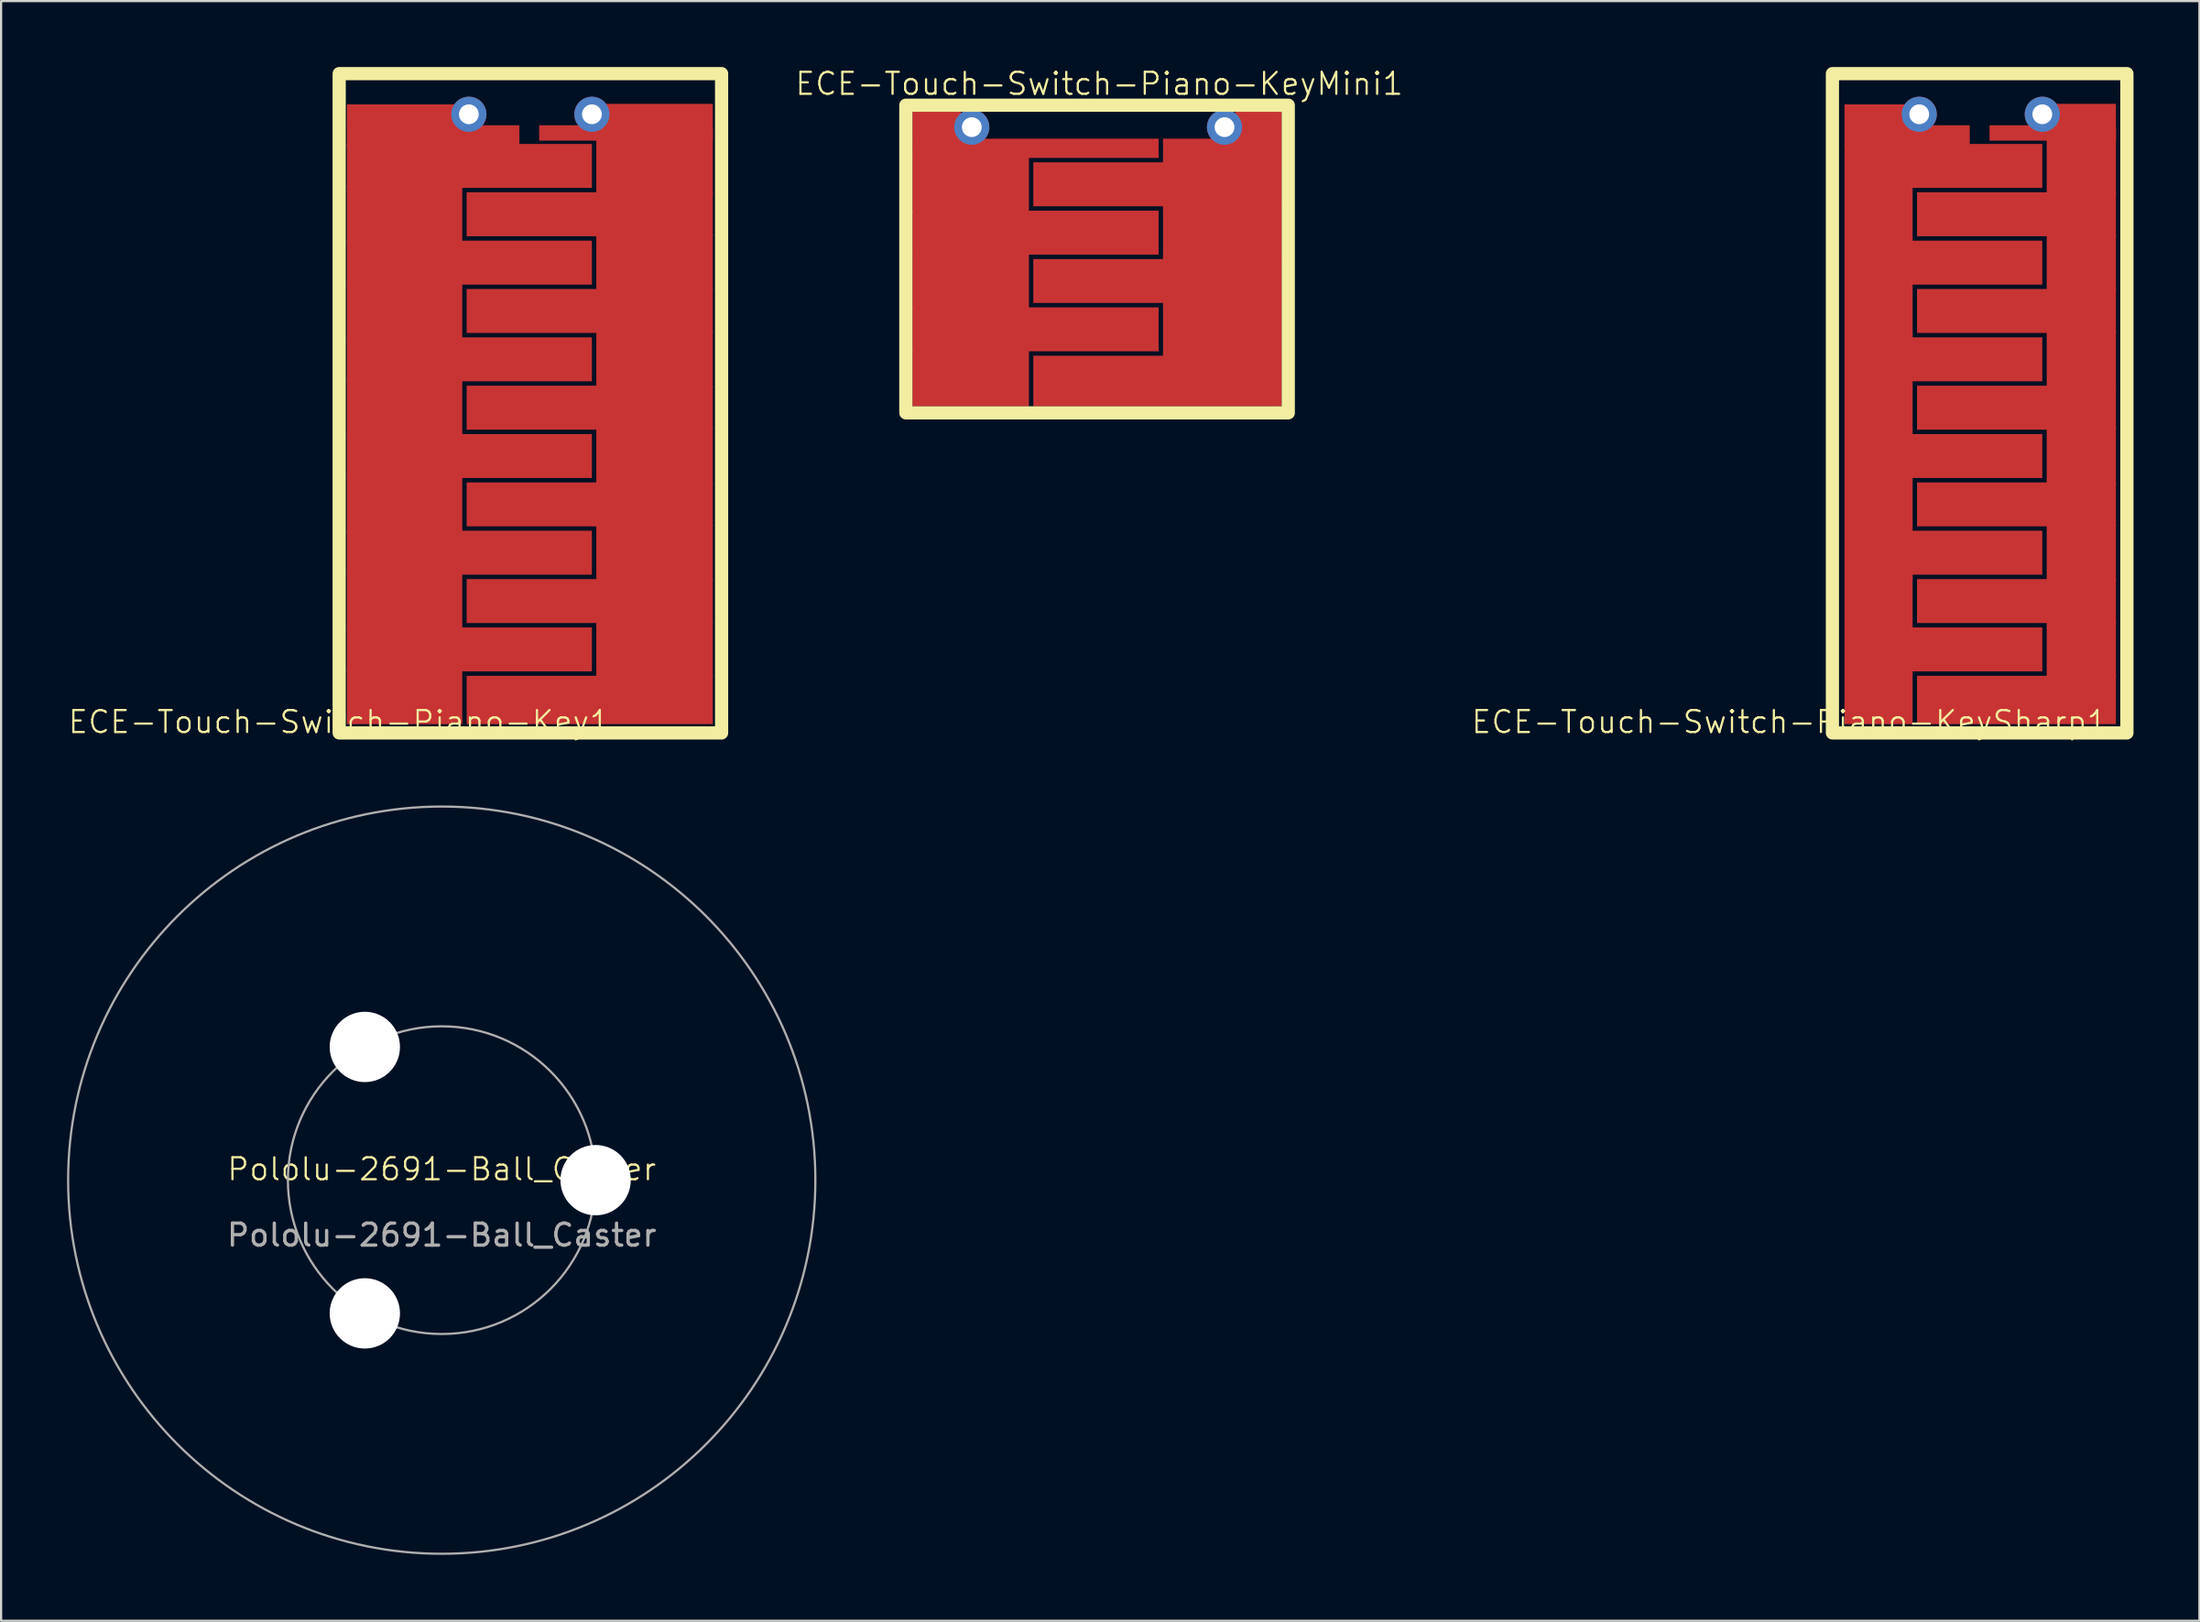
<source format=kicad_pcb>
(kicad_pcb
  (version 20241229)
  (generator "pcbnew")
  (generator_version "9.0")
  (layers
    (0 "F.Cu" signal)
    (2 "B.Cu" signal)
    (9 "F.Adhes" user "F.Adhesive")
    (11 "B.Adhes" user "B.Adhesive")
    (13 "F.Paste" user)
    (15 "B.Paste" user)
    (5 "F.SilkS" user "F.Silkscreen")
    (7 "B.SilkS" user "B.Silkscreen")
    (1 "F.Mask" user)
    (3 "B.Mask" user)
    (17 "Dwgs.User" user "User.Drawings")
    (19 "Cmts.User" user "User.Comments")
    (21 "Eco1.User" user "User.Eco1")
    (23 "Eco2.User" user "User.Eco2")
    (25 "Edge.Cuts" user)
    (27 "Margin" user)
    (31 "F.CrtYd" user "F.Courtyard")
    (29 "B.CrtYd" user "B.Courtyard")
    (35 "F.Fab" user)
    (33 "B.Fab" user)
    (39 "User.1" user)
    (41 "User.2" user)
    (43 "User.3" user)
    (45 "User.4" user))
  (footprint "ECE-Touch-Switch-Piano-KeySharp1"
    (layer "F.Cu")
    (at 78.376 30.3)
    (property "Reference" "ECE-Touch-Switch-Piano-KeySharp1" (at 0 -0.5 0) (unlocked yes) (layer "F.SilkS") (effects (font (size 1 1) (thickness 0.1))))
    (attr smd)
    (fp_rect (start 2.5 -28.6) (end 5.4 -27.6) (stroke (width 0) (type solid)) (fill yes) (layers "F.Cu" "F.Mask"))
    (fp_rect (start 2.5 -27.65) (end 8.2 -26.65) (stroke (width 0) (type solid)) (fill yes) (layers "F.Cu" "F.Mask"))
    (fp_rect (start 2.5 -26.8) (end 11.5 -24.8) (stroke (width 0) (type solid)) (fill yes) (layers "F.Cu" "F.Mask"))
    (fp_rect (start 2.5 -24.9) (end 5.6 -22.3) (stroke (width 0) (type solid)) (fill yes) (layers "F.Cu" "F.Mask"))
    (fp_rect (start 2.5 -22.4) (end 11.5 -20.4) (stroke (width 0) (type solid)) (fill yes) (layers "F.Cu" "F.Mask"))
    (fp_rect (start 2.5 -20.5) (end 5.6 -17.9) (stroke (width 0) (type solid)) (fill yes) (layers "F.Cu" "F.Mask"))
    (fp_rect (start 2.5 -18) (end 11.5 -16) (stroke (width 0) (type solid)) (fill yes) (layers "F.Cu" "F.Mask"))
    (fp_rect (start 2.5 -16.1) (end 5.6 -13.5) (stroke (width 0) (type solid)) (fill yes) (layers "F.Cu" "F.Mask"))
    (fp_rect (start 2.5 -13.6) (end 11.5 -11.6) (stroke (width 0) (type solid)) (fill yes) (layers "F.Cu" "F.Mask"))
    (fp_rect (start 2.5 -11.7) (end 5.6 -9.1) (stroke (width 0) (type solid)) (fill yes) (layers "F.Cu" "F.Mask"))
    (fp_rect (start 2.5 -9.2) (end 11.5 -7.2) (stroke (width 0) (type solid)) (fill yes) (layers "F.Cu" "F.Mask"))
    (fp_rect (start 2.5 -7.3) (end 5.6 -4.7) (stroke (width 0) (type solid)) (fill yes) (layers "F.Cu" "F.Mask"))
    (fp_rect (start 2.5 -4.8) (end 11.5 -2.8) (stroke (width 0) (type solid)) (fill yes) (layers "F.Cu" "F.Mask"))
    (fp_rect (start 2.5 -2.9) (end 5.6 -0.4) (stroke (width 0) (type solid)) (fill yes) (layers "F.Cu" "F.Mask"))
    (fp_rect (start 5.8 -24.6) (end 14.85 -22.6) (stroke (width 0) (type solid)) (fill yes) (layers "F.Cu" "F.Mask"))
    (fp_rect (start 5.8 -20.2) (end 14.85 -18.2) (stroke (width 0) (type solid)) (fill yes) (layers "F.Cu" "F.Mask"))
    (fp_rect (start 5.8 -15.8) (end 14.85 -13.8) (stroke (width 0) (type solid)) (fill yes) (layers "F.Cu" "F.Mask"))
    (fp_rect (start 5.8 -11.4) (end 14.85 -9.4) (stroke (width 0) (type solid)) (fill yes) (layers "F.Cu" "F.Mask"))
    (fp_rect (start 5.8 -7) (end 14.85 -5) (stroke (width 0) (type solid)) (fill yes) (layers "F.Cu" "F.Mask"))
    (fp_rect (start 5.8 -2.6) (end 14.85 -0.4) (stroke (width 0) (type solid)) (fill yes) (layers "F.Cu" "F.Mask"))
    (fp_rect (start 9.1 -27.65) (end 14.85 -26.95) (stroke (width 0) (type solid)) (fill yes) (layers "F.Cu" "F.Mask"))
    (fp_rect (start 11.7 -27.55) (end 14.85 -24.5) (stroke (width 0) (type solid)) (fill yes) (layers "F.Cu" "F.Mask"))
    (fp_rect (start 11.7 -22.7) (end 14.85 -20.1) (stroke (width 0) (type solid)) (fill yes) (layers "F.Cu" "F.Mask"))
    (fp_rect (start 11.7 -18.3) (end 14.85 -15.7) (stroke (width 0) (type solid)) (fill yes) (layers "F.Cu" "F.Mask"))
    (fp_rect (start 11.7 -13.9) (end 14.85 -11.3) (stroke (width 0) (type solid)) (fill yes) (layers "F.Cu" "F.Mask"))
    (fp_rect (start 11.7 -9.5) (end 14.85 -6.9) (stroke (width 0) (type solid)) (fill yes) (layers "F.Cu" "F.Mask"))
    (fp_rect (start 11.7 -5.1) (end 14.85 -2.5) (stroke (width 0) (type solid)) (fill yes) (layers "F.Cu" "F.Mask"))
    (fp_rect (start 12 -28.625) (end 14.85 -27.625) (stroke (width 0) (type solid)) (fill yes) (layers "F.Cu" "F.Mask"))
    (fp_rect (start 1.95 -30) (end 15.35 0) (stroke (width 0.6) (type solid)) (fill no) (layer "F.SilkS"))
    (pad "1" thru_hole circle (at 5.9 -28.15) (size 1.6 1.6) (drill 0.9) (layers "*.Cu"))
    (pad "2" thru_hole circle (at 11.5 -28.15) (size 1.6 1.6) (drill 0.9) (layers "*.Cu")))
  (footprint "Pololu-2691-Ball_Caster"
    (layer "F.Cu")
    (at 17.05 50.65)
    (property "Reference" "Pololu-2691-Ball_Caster" (at 0 -0.5 0) (unlocked yes) (layer "F.SilkS") (effects (font (size 1 1) (thickness 0.1))))
    (attr through_hole)
    (fp_circle (center 0 0) (end 7 0) (stroke (width 0.1) (type default)) (fill no) (layer "F.Fab"))
    (fp_circle (center 0 0) (end 17 0) (stroke (width 0.1) (type default)) (fill no) (layer "F.Fab"))
    (fp_text user "${REFERENCE}" (at 0 2.5 0) (unlocked yes) (layer "F.Fab") (effects (font (size 1 1) (thickness 0.15))))
    (pad "" np_thru_hole circle (at -3.5 -6.062) (size 3.2 3.2) (drill 3.2) (layers "*.Cu" "*.Mask"))
    (pad "" np_thru_hole circle (at -3.5 6.062) (size 3.2 3.2) (drill 3.2) (layers "*.Cu" "*.Mask"))
    (pad "" np_thru_hole circle (at 7 0) (size 3.2 3.2) (drill 3.2) (layers "*.Cu" "*.Mask")))
  (footprint "ECE-Touch-Switch-Piano-KeyMini1"
    (layer "F.Cu")
    (at 38.167 15.736)
    (property "Reference" "ECE-Touch-Switch-Piano-KeyMini1" (at 8.8 -14.975 0) (unlocked yes) (layer "F.SilkS") (effects (font (size 1 1) (thickness 0.1))))
    (attr smd)
    (fp_rect (start 0.3 -13.7) (end 2.5 -12.438) (stroke (width 0) (type solid)) (fill yes) (layers "F.Cu" "F.Mask"))
    (fp_rect (start 0.3 -12.475) (end 11.5 -11.6) (stroke (width 0) (type solid)) (fill yes) (layers "F.Cu" "F.Mask"))
    (fp_rect (start 0.3 -11.7) (end 5.6 -9.1) (stroke (width 0) (type solid)) (fill yes) (layers "F.Cu" "F.Mask"))
    (fp_rect (start 0.3 -9.2) (end 11.5 -7.2) (stroke (width 0) (type solid)) (fill yes) (layers "F.Cu" "F.Mask"))
    (fp_rect (start 0.3 -7.3) (end 5.6 -4.7) (stroke (width 0) (type solid)) (fill yes) (layers "F.Cu" "F.Mask"))
    (fp_rect (start 0.3 -4.8) (end 11.5 -2.8) (stroke (width 0) (type solid)) (fill yes) (layers "F.Cu" "F.Mask"))
    (fp_rect (start 0.3 -2.9) (end 5.6 -0.3) (stroke (width 0) (type solid)) (fill yes) (layers "F.Cu" "F.Mask"))
    (fp_rect (start 5.8 -11.4) (end 17.1 -9.4) (stroke (width 0) (type solid)) (fill yes) (layers "F.Cu" "F.Mask"))
    (fp_rect (start 5.8 -7) (end 17.1 -5) (stroke (width 0) (type solid)) (fill yes) (layers "F.Cu" "F.Mask"))
    (fp_rect (start 5.8 -2.6) (end 17.1 -0.3) (stroke (width 0) (type solid)) (fill yes) (layers "F.Cu" "F.Mask"))
    (fp_rect (start 11.7 -12.475) (end 17.1 -11.3) (stroke (width 0) (type solid)) (fill yes) (layers "F.Cu" "F.Mask"))
    (fp_rect (start 11.7 -9.5) (end 17.1 -6.9) (stroke (width 0) (type solid)) (fill yes) (layers "F.Cu" "F.Mask"))
    (fp_rect (start 11.7 -5.1) (end 17.1 -2.5) (stroke (width 0) (type solid)) (fill yes) (layers "F.Cu" "F.Mask"))
    (fp_rect (start 15 -13.706) (end 17.1 -12.444) (stroke (width 0) (type solid)) (fill yes) (layers "F.Cu" "F.Mask"))
    (fp_rect (start 0 -14) (end 17.4 0) (stroke (width 0.6) (type solid)) (fill no) (layer "F.SilkS"))
    (pad "1" thru_hole circle (at 3 -13) (size 1.6 1.6) (drill 0.9) (layers "*.Cu"))
    (pad "2" thru_hole circle (at 14.5 -13) (size 1.6 1.6) (drill 0.9) (layers "*.Cu")))
  (footprint "ECE-Touch-Switch-Piano-Key1"
    (layer "F.Cu")
    (at 12.383 30.3)
    (property "Reference" "ECE-Touch-Switch-Piano-Key1" (at 0 -0.5 0) (unlocked yes) (layer "F.SilkS") (effects (font (size 1 1) (thickness 0.1))))
    (attr smd)
    (fp_rect (start 0.35 -28.6) (end 5.4 -27.6) (stroke (width 0) (type solid)) (fill yes) (layers "F.Cu" "F.Mask"))
    (fp_rect (start 0.35 -27.65) (end 8.2 -26.65) (stroke (width 0) (type solid)) (fill yes) (layers "F.Cu" "F.Mask"))
    (fp_rect (start 0.35 -26.8) (end 11.5 -24.8) (stroke (width 0) (type solid)) (fill yes) (layers "F.Cu" "F.Mask"))
    (fp_rect (start 0.35 -24.9) (end 5.6 -22.3) (stroke (width 0) (type solid)) (fill yes) (layers "F.Cu" "F.Mask"))
    (fp_rect (start 0.35 -22.4) (end 11.5 -20.4) (stroke (width 0) (type solid)) (fill yes) (layers "F.Cu" "F.Mask"))
    (fp_rect (start 0.35 -20.5) (end 5.6 -17.9) (stroke (width 0) (type solid)) (fill yes) (layers "F.Cu" "F.Mask"))
    (fp_rect (start 0.35 -18) (end 11.5 -16) (stroke (width 0) (type solid)) (fill yes) (layers "F.Cu" "F.Mask"))
    (fp_rect (start 0.35 -16.1) (end 5.6 -13.5) (stroke (width 0) (type solid)) (fill yes) (layers "F.Cu" "F.Mask"))
    (fp_rect (start 0.35 -13.6) (end 11.5 -11.6) (stroke (width 0) (type solid)) (fill yes) (layers "F.Cu" "F.Mask"))
    (fp_rect (start 0.35 -11.7) (end 5.6 -9.1) (stroke (width 0) (type solid)) (fill yes) (layers "F.Cu" "F.Mask"))
    (fp_rect (start 0.35 -9.2) (end 11.5 -7.2) (stroke (width 0) (type solid)) (fill yes) (layers "F.Cu" "F.Mask"))
    (fp_rect (start 0.35 -7.3) (end 5.6 -4.7) (stroke (width 0) (type solid)) (fill yes) (layers "F.Cu" "F.Mask"))
    (fp_rect (start 0.35 -4.8) (end 11.5 -2.8) (stroke (width 0) (type solid)) (fill yes) (layers "F.Cu" "F.Mask"))
    (fp_rect (start 0.35 -2.9) (end 5.6 -0.4) (stroke (width 0) (type solid)) (fill yes) (layers "F.Cu" "F.Mask"))
    (fp_rect (start 5.8 -24.6) (end 17 -22.6) (stroke (width 0) (type solid)) (fill yes) (layers "F.Cu" "F.Mask"))
    (fp_rect (start 5.8 -20.2) (end 17 -18.2) (stroke (width 0) (type solid)) (fill yes) (layers "F.Cu" "F.Mask"))
    (fp_rect (start 5.8 -15.8) (end 17 -13.8) (stroke (width 0) (type solid)) (fill yes) (layers "F.Cu" "F.Mask"))
    (fp_rect (start 5.8 -11.4) (end 17 -9.4) (stroke (width 0) (type solid)) (fill yes) (layers "F.Cu" "F.Mask"))
    (fp_rect (start 5.8 -7) (end 17 -5) (stroke (width 0) (type solid)) (fill yes) (layers "F.Cu" "F.Mask"))
    (fp_rect (start 5.8 -2.6) (end 17 -0.4) (stroke (width 0) (type solid)) (fill yes) (layers "F.Cu" "F.Mask"))
    (fp_rect (start 9.1 -27.65) (end 17 -26.95) (stroke (width 0) (type solid)) (fill yes) (layers "F.Cu" "F.Mask"))
    (fp_rect (start 11.7 -27.55) (end 17 -24.5) (stroke (width 0) (type solid)) (fill yes) (layers "F.Cu" "F.Mask"))
    (fp_rect (start 11.7 -22.7) (end 17 -20.1) (stroke (width 0) (type solid)) (fill yes) (layers "F.Cu" "F.Mask"))
    (fp_rect (start 11.7 -18.3) (end 17 -15.7) (stroke (width 0) (type solid)) (fill yes) (layers "F.Cu" "F.Mask"))
    (fp_rect (start 11.7 -13.9) (end 17 -11.3) (stroke (width 0) (type solid)) (fill yes) (layers "F.Cu" "F.Mask"))
    (fp_rect (start 11.7 -9.5) (end 17 -6.9) (stroke (width 0) (type solid)) (fill yes) (layers "F.Cu" "F.Mask"))
    (fp_rect (start 11.7 -5.1) (end 17 -2.5) (stroke (width 0) (type solid)) (fill yes) (layers "F.Cu" "F.Mask"))
    (fp_rect (start 12 -28.625) (end 17 -27.625) (stroke (width 0) (type solid)) (fill yes) (layers "F.Cu" "F.Mask"))
    (fp_rect (start 0 -30) (end 17.4 0) (stroke (width 0.6) (type solid)) (fill no) (layer "F.SilkS"))
    (pad "1" thru_hole circle (at 5.9 -28.15) (size 1.6 1.6) (drill 0.9) (layers "*.Cu"))
    (pad "2" thru_hole circle (at 11.5 -28.15) (size 1.6 1.6) (drill 0.9) (layers "*.Cu")))
  (gr_rect
    (start -3 -3)
    (end 97.026 70.7)
    (stroke (width 0.1) (type default))
    (fill no)
    (layer "Edge.Cuts")))
</source>
